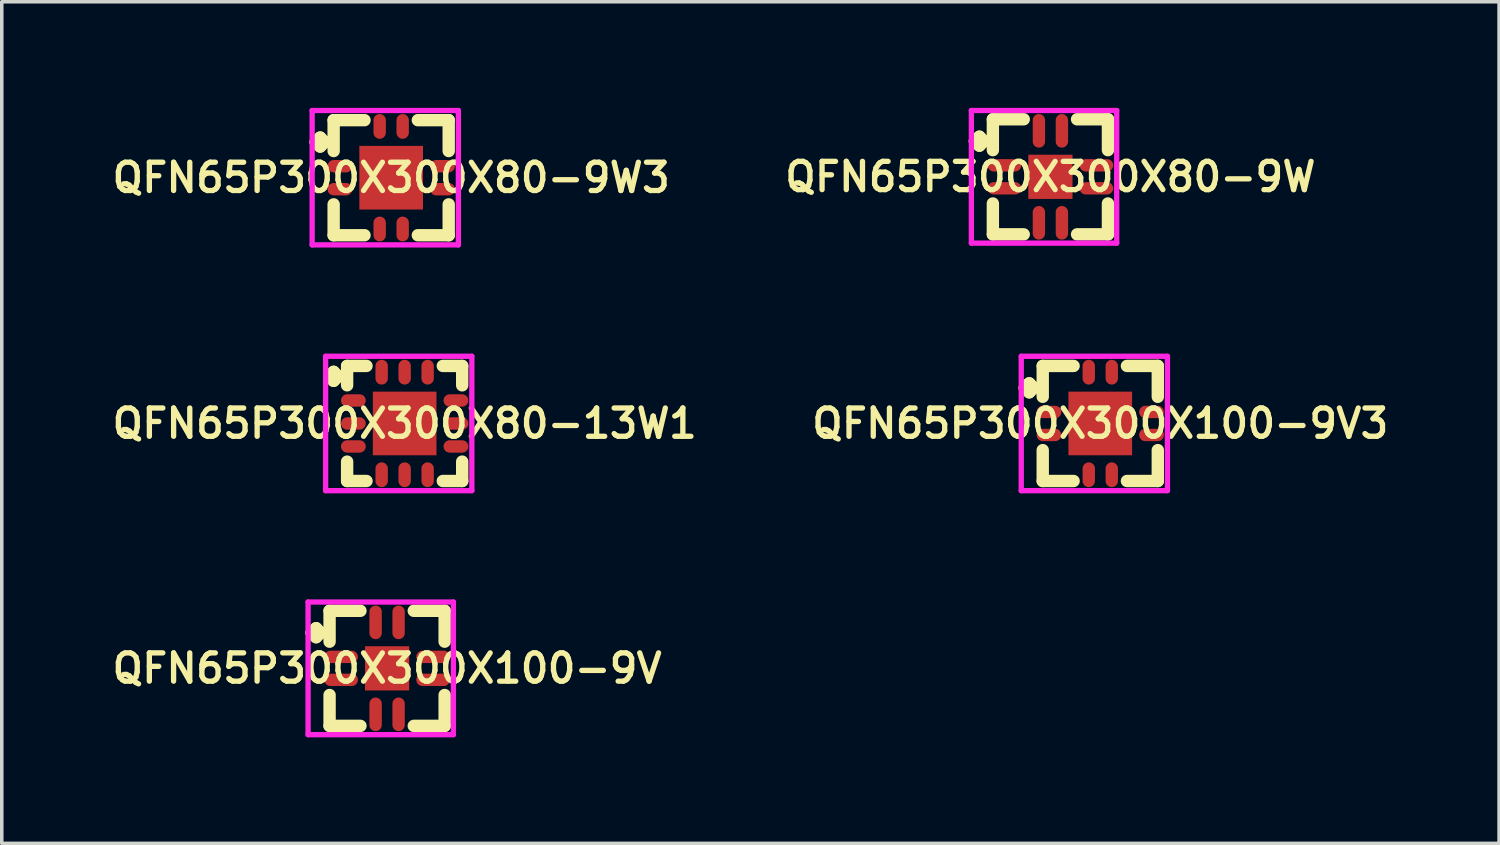
<source format=kicad_pcb>
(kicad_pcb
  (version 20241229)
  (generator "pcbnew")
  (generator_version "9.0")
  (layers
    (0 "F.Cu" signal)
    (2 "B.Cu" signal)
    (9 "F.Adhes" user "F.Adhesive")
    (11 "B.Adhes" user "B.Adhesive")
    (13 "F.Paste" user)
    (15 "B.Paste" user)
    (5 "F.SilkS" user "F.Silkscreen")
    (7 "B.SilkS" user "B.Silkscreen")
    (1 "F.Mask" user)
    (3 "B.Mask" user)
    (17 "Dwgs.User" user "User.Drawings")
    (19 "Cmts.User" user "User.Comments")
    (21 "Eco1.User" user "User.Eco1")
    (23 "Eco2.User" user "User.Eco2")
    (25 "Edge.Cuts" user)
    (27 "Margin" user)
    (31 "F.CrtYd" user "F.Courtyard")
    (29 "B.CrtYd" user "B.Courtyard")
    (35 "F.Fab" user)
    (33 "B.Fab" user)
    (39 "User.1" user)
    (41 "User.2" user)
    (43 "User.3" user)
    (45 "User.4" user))
  (footprint "QFN65P300X300X80-13W1"
    (layer "F.Cu")
    (at 8.393 8.925)
    (property "Reference" "QFN65P300X300X80-13W1" (at 0 0 0) (layer "F.SilkS") (effects (font (size 0.8 0.8) (thickness 0.15))))
    (attr smd)
    (fp_line (start -2.135 -1.333) (end -2.008 -1.46) (stroke (width 0.35) (type solid)) (layer "F.SilkS"))
    (fp_line (start -2.008 -1.46) (end -1.881 -1.333) (stroke (width 0.35) (type solid)) (layer "F.SilkS"))
    (fp_line (start -2.008 -1.206) (end -2.135 -1.333) (stroke (width 0.35) (type solid)) (layer "F.SilkS"))
    (fp_line (start -1.881 -1.333) (end -2.008 -1.206) (stroke (width 0.35) (type solid)) (layer "F.SilkS"))
    (fp_line (start -1.627 -1.627) (end -1.079 -1.627) (stroke (width 0.35) (type solid)) (layer "F.SilkS"))
    (fp_line (start -1.627 -1.079) (end -1.627 -1.627) (stroke (width 0.35) (type solid)) (layer "F.SilkS"))
    (fp_line (start -1.627 1.079) (end -1.627 1.627) (stroke (width 0.35) (type solid)) (layer "F.SilkS"))
    (fp_line (start -1.627 1.627) (end -1.079 1.627) (stroke (width 0.35) (type solid)) (layer "F.SilkS"))
    (fp_line (start 1.079 -1.627) (end 1.627 -1.627) (stroke (width 0.35) (type solid)) (layer "F.SilkS"))
    (fp_line (start 1.079 1.627) (end 1.627 1.627) (stroke (width 0.35) (type solid)) (layer "F.SilkS"))
    (fp_line (start 1.627 -1.627) (end 1.627 -1.079) (stroke (width 0.35) (type solid)) (layer "F.SilkS"))
    (fp_line (start 1.627 1.627) (end 1.627 1.079) (stroke (width 0.35) (type solid)) (layer "F.SilkS"))
    (fp_line (start -2.235 -1.9) (end 1.9 -1.9) (stroke (width 0.15) (type solid)) (layer "F.CrtYd"))
    (fp_line (start -2.235 1.9) (end -2.235 -1.9) (stroke (width 0.15) (type solid)) (layer "F.CrtYd"))
    (fp_line (start 1.9 -1.9) (end 1.9 1.9) (stroke (width 0.15) (type solid)) (layer "F.CrtYd"))
    (fp_line (start 1.9 1.9) (end -2.235 1.9) (stroke (width 0.15) (type solid)) (layer "F.CrtYd"))
    (pad "1" smd oval (at -1.45 -0.65) (size 0.7 0.35) (layers "F.Cu" "F.Mask" "F.Paste"))
    (pad "2" smd oval (at -1.45 0) (size 0.7 0.35) (layers "F.Cu" "F.Mask" "F.Paste"))
    (pad "3" smd oval (at -1.45 0.65) (size 0.7 0.35) (layers "F.Cu" "F.Mask" "F.Paste"))
    (pad "4" smd oval (at -0.65 1.45) (size 0.35 0.7) (layers "F.Cu" "F.Mask" "F.Paste"))
    (pad "5" smd oval (at 0 1.45) (size 0.35 0.7) (layers "F.Cu" "F.Mask" "F.Paste"))
    (pad "6" smd oval (at 0.65 1.45) (size 0.35 0.7) (layers "F.Cu" "F.Mask" "F.Paste"))
    (pad "7" smd oval (at 1.45 0.65) (size 0.7 0.35) (layers "F.Cu" "F.Mask" "F.Paste"))
    (pad "8" smd oval (at 1.45 0) (size 0.7 0.35) (layers "F.Cu" "F.Mask" "F.Paste"))
    (pad "9" smd oval (at 1.45 -0.65) (size 0.7 0.35) (layers "F.Cu" "F.Mask" "F.Paste"))
    (pad "10" smd oval (at 0.65 -1.45) (size 0.35 0.7) (layers "F.Cu" "F.Mask" "F.Paste"))
    (pad "11" smd oval (at 0 -1.45) (size 0.35 0.7) (layers "F.Cu" "F.Mask" "F.Paste"))
    (pad "12" smd oval (at -0.65 -1.45) (size 0.35 0.7) (layers "F.Cu" "F.Mask" "F.Paste"))
    (pad "13" smd rect (at 0 0) (size 1.8 1.8) (layers "F.Cu" "F.Mask" "F.Paste")))
  (footprint "QFN65P300X300X80-9W"
    (layer "F.Cu")
    (at 26.654 1.95)
    (property "Reference" "QFN65P300X300X80-9W" (at 0 0 0) (layer "F.SilkS") (effects (font (size 0.8 0.8) (thickness 0.15))))
    (attr through_hole)
    (fp_line (start -2.135 -1.008) (end -2.008 -1.135) (stroke (width 0.35) (type solid)) (layer "F.SilkS"))
    (fp_line (start -2.008 -1.135) (end -1.881 -1.008) (stroke (width 0.35) (type solid)) (layer "F.SilkS"))
    (fp_line (start -2.008 -0.881) (end -2.135 -1.008) (stroke (width 0.35) (type solid)) (layer "F.SilkS"))
    (fp_line (start -1.881 -1.008) (end -2.008 -0.881) (stroke (width 0.35) (type solid)) (layer "F.SilkS"))
    (fp_line (start -1.627 -1.627) (end -0.754 -1.627) (stroke (width 0.35) (type solid)) (layer "F.SilkS"))
    (fp_line (start -1.627 -0.754) (end -1.627 -1.627) (stroke (width 0.35) (type solid)) (layer "F.SilkS"))
    (fp_line (start -1.627 0.754) (end -1.627 1.627) (stroke (width 0.35) (type solid)) (layer "F.SilkS"))
    (fp_line (start -1.627 1.627) (end -0.754 1.627) (stroke (width 0.35) (type solid)) (layer "F.SilkS"))
    (fp_line (start 0.754 -1.627) (end 1.627 -1.627) (stroke (width 0.35) (type solid)) (layer "F.SilkS"))
    (fp_line (start 0.754 1.627) (end 1.627 1.627) (stroke (width 0.35) (type solid)) (layer "F.SilkS"))
    (fp_line (start 1.627 -1.627) (end 1.627 -0.754) (stroke (width 0.35) (type solid)) (layer "F.SilkS"))
    (fp_line (start 1.627 1.627) (end 1.627 0.754) (stroke (width 0.35) (type solid)) (layer "F.SilkS"))
    (fp_line (start -2.235 -1.875) (end 1.875 -1.875) (stroke (width 0.15) (type solid)) (layer "F.CrtYd"))
    (fp_line (start -2.235 1.875) (end -2.235 -1.875) (stroke (width 0.15) (type solid)) (layer "F.CrtYd"))
    (fp_line (start 1.875 -1.875) (end 1.875 1.875) (stroke (width 0.15) (type solid)) (layer "F.CrtYd"))
    (fp_line (start 1.875 1.875) (end -2.235 1.875) (stroke (width 0.15) (type solid)) (layer "F.CrtYd"))
    (pad "1" smd oval (at -1.3 -0.325) (size 0.95 0.35) (layers "F.Cu" "F.Mask" "F.Paste"))
    (pad "2" smd oval (at -1.3 0.325) (size 0.95 0.35) (layers "F.Cu" "F.Mask" "F.Paste"))
    (pad "3" smd oval (at -0.325 1.3) (size 0.35 0.95) (layers "F.Cu" "F.Mask" "F.Paste"))
    (pad "4" smd oval (at 0.325 1.3) (size 0.35 0.95) (layers "F.Cu" "F.Mask" "F.Paste"))
    (pad "5" smd oval (at 1.3 0.325) (size 0.95 0.35) (layers "F.Cu" "F.Mask" "F.Paste"))
    (pad "6" smd oval (at 1.3 -0.325) (size 0.95 0.35) (layers "F.Cu" "F.Mask" "F.Paste"))
    (pad "7" smd oval (at 0.325 -1.3) (size 0.35 0.95) (layers "F.Cu" "F.Mask" "F.Paste"))
    (pad "8" smd oval (at -0.325 -1.3) (size 0.35 0.95) (layers "F.Cu" "F.Mask" "F.Paste"))
    (pad "9" smd rect (at 0 0) (size 1.25 1.25) (layers "F.Cu" "F.Mask" "F.Paste")))
  (footprint "QFN65P300X300X100-9V"
    (layer "F.Cu")
    (at 7.897 15.85)
    (property "Reference" "QFN65P300X300X100-9V" (at 0 0 0) (layer "F.SilkS") (effects (font (size 0.8 0.8) (thickness 0.15))))
    (attr smd)
    (fp_line (start -2.135 -1.008) (end -2.008 -1.135) (stroke (width 0.35) (type solid)) (layer "F.SilkS"))
    (fp_line (start -2.008 -1.135) (end -1.881 -1.008) (stroke (width 0.35) (type solid)) (layer "F.SilkS"))
    (fp_line (start -2.008 -0.881) (end -2.135 -1.008) (stroke (width 0.35) (type solid)) (layer "F.SilkS"))
    (fp_line (start -1.881 -1.008) (end -2.008 -0.881) (stroke (width 0.35) (type solid)) (layer "F.SilkS"))
    (fp_line (start -1.627 -1.627) (end -0.754 -1.627) (stroke (width 0.35) (type solid)) (layer "F.SilkS"))
    (fp_line (start -1.627 -0.754) (end -1.627 -1.627) (stroke (width 0.35) (type solid)) (layer "F.SilkS"))
    (fp_line (start -1.627 0.754) (end -1.627 1.627) (stroke (width 0.35) (type solid)) (layer "F.SilkS"))
    (fp_line (start -1.627 1.627) (end -0.754 1.627) (stroke (width 0.35) (type solid)) (layer "F.SilkS"))
    (fp_line (start 0.754 -1.627) (end 1.627 -1.627) (stroke (width 0.35) (type solid)) (layer "F.SilkS"))
    (fp_line (start 0.754 1.627) (end 1.627 1.627) (stroke (width 0.35) (type solid)) (layer "F.SilkS"))
    (fp_line (start 1.627 -1.627) (end 1.627 -0.754) (stroke (width 0.35) (type solid)) (layer "F.SilkS"))
    (fp_line (start 1.627 1.627) (end 1.627 0.754) (stroke (width 0.35) (type solid)) (layer "F.SilkS"))
    (fp_line (start -2.235 -1.875) (end 1.875 -1.875) (stroke (width 0.15) (type solid)) (layer "F.CrtYd"))
    (fp_line (start -2.235 1.875) (end -2.235 -1.875) (stroke (width 0.15) (type solid)) (layer "F.CrtYd"))
    (fp_line (start 1.875 -1.875) (end 1.875 1.875) (stroke (width 0.15) (type solid)) (layer "F.CrtYd"))
    (fp_line (start 1.875 1.875) (end -2.235 1.875) (stroke (width 0.15) (type solid)) (layer "F.CrtYd"))
    (pad "1" smd oval (at -1.3 -0.325) (size 0.95 0.35) (layers "F.Cu" "F.Mask" "F.Paste"))
    (pad "2" smd oval (at -1.3 0.325) (size 0.95 0.35) (layers "F.Cu" "F.Mask" "F.Paste"))
    (pad "3" smd oval (at -0.325 1.3) (size 0.35 0.95) (layers "F.Cu" "F.Mask" "F.Paste"))
    (pad "4" smd oval (at 0.325 1.3) (size 0.35 0.95) (layers "F.Cu" "F.Mask" "F.Paste"))
    (pad "5" smd oval (at 1.3 0.325) (size 0.95 0.35) (layers "F.Cu" "F.Mask" "F.Paste"))
    (pad "6" smd oval (at 1.3 -0.325) (size 0.95 0.35) (layers "F.Cu" "F.Mask" "F.Paste"))
    (pad "7" smd oval (at 0.325 -1.3) (size 0.35 0.95) (layers "F.Cu" "F.Mask" "F.Paste"))
    (pad "8" smd oval (at -0.325 -1.3) (size 0.35 0.95) (layers "F.Cu" "F.Mask" "F.Paste"))
    (pad "9" smd rect (at 0 0) (size 1.25 1.25) (layers "F.Cu" "F.Mask" "F.Paste")))
  (footprint "QFN65P300X300X80-9W3"
    (layer "F.Cu")
    (at 8.012 1.975)
    (property "Reference" "QFN65P300X300X80-9W3" (at 0 0 0) (layer "F.SilkS") (effects (font (size 0.8 0.8) (thickness 0.15))))
    (attr smd)
    (fp_line (start -2.135 -1.008) (end -2.008 -1.135) (stroke (width 0.35) (type solid)) (layer "F.SilkS"))
    (fp_line (start -2.008 -1.135) (end -1.881 -1.008) (stroke (width 0.35) (type solid)) (layer "F.SilkS"))
    (fp_line (start -2.008 -0.881) (end -2.135 -1.008) (stroke (width 0.35) (type solid)) (layer "F.SilkS"))
    (fp_line (start -1.881 -1.008) (end -2.008 -0.881) (stroke (width 0.35) (type solid)) (layer "F.SilkS"))
    (fp_line (start -1.627 -1.627) (end -0.754 -1.627) (stroke (width 0.35) (type solid)) (layer "F.SilkS"))
    (fp_line (start -1.627 -0.754) (end -1.627 -1.627) (stroke (width 0.35) (type solid)) (layer "F.SilkS"))
    (fp_line (start -1.627 0.754) (end -1.627 1.627) (stroke (width 0.35) (type solid)) (layer "F.SilkS"))
    (fp_line (start -1.627 1.627) (end -0.754 1.627) (stroke (width 0.35) (type solid)) (layer "F.SilkS"))
    (fp_line (start 0.754 -1.627) (end 1.627 -1.627) (stroke (width 0.35) (type solid)) (layer "F.SilkS"))
    (fp_line (start 0.754 1.627) (end 1.627 1.627) (stroke (width 0.35) (type solid)) (layer "F.SilkS"))
    (fp_line (start 1.627 -1.627) (end 1.627 -0.754) (stroke (width 0.35) (type solid)) (layer "F.SilkS"))
    (fp_line (start 1.627 1.627) (end 1.627 0.754) (stroke (width 0.35) (type solid)) (layer "F.SilkS"))
    (fp_line (start -2.235 -1.9) (end 1.9 -1.9) (stroke (width 0.15) (type solid)) (layer "F.CrtYd"))
    (fp_line (start -2.235 1.9) (end -2.235 -1.9) (stroke (width 0.15) (type solid)) (layer "F.CrtYd"))
    (fp_line (start 1.9 -1.9) (end 1.9 1.9) (stroke (width 0.15) (type solid)) (layer "F.CrtYd"))
    (fp_line (start 1.9 1.9) (end -2.235 1.9) (stroke (width 0.15) (type solid)) (layer "F.CrtYd"))
    (pad "1" smd oval (at -1.45 -0.325) (size 0.7 0.35) (layers "F.Cu" "F.Mask" "F.Paste"))
    (pad "2" smd oval (at -1.45 0.325) (size 0.7 0.35) (layers "F.Cu" "F.Mask" "F.Paste"))
    (pad "3" smd oval (at -0.325 1.45) (size 0.35 0.7) (layers "F.Cu" "F.Mask" "F.Paste"))
    (pad "4" smd oval (at 0.325 1.45) (size 0.35 0.7) (layers "F.Cu" "F.Mask" "F.Paste"))
    (pad "5" smd oval (at 1.45 0.325) (size 0.7 0.35) (layers "F.Cu" "F.Mask" "F.Paste"))
    (pad "6" smd oval (at 1.45 -0.325) (size 0.7 0.35) (layers "F.Cu" "F.Mask" "F.Paste"))
    (pad "7" smd oval (at 0.325 -1.45) (size 0.35 0.7) (layers "F.Cu" "F.Mask" "F.Paste"))
    (pad "8" smd oval (at -0.325 -1.45) (size 0.35 0.7) (layers "F.Cu" "F.Mask" "F.Paste"))
    (pad "9" smd rect (at 0 0) (size 1.8 1.8) (layers "F.Cu" "F.Mask" "F.Paste")))
  (footprint "QFN65P300X300X100-9V3"
    (layer "F.Cu")
    (at 28.064 8.925)
    (property "Reference" "QFN65P300X300X100-9V3" (at 0 0 0) (layer "F.SilkS") (effects (font (size 0.8 0.8) (thickness 0.15))))
    (attr through_hole)
    (fp_line (start -2.135 -1.008) (end -2.008 -1.135) (stroke (width 0.35) (type solid)) (layer "F.SilkS"))
    (fp_line (start -2.008 -1.135) (end -1.881 -1.008) (stroke (width 0.35) (type solid)) (layer "F.SilkS"))
    (fp_line (start -2.008 -0.881) (end -2.135 -1.008) (stroke (width 0.35) (type solid)) (layer "F.SilkS"))
    (fp_line (start -1.881 -1.008) (end -2.008 -0.881) (stroke (width 0.35) (type solid)) (layer "F.SilkS"))
    (fp_line (start -1.627 -1.627) (end -0.754 -1.627) (stroke (width 0.35) (type solid)) (layer "F.SilkS"))
    (fp_line (start -1.627 -0.754) (end -1.627 -1.627) (stroke (width 0.35) (type solid)) (layer "F.SilkS"))
    (fp_line (start -1.627 0.754) (end -1.627 1.627) (stroke (width 0.35) (type solid)) (layer "F.SilkS"))
    (fp_line (start -1.627 1.627) (end -0.754 1.627) (stroke (width 0.35) (type solid)) (layer "F.SilkS"))
    (fp_line (start 0.754 -1.627) (end 1.627 -1.627) (stroke (width 0.35) (type solid)) (layer "F.SilkS"))
    (fp_line (start 0.754 1.627) (end 1.627 1.627) (stroke (width 0.35) (type solid)) (layer "F.SilkS"))
    (fp_line (start 1.627 -1.627) (end 1.627 -0.754) (stroke (width 0.35) (type solid)) (layer "F.SilkS"))
    (fp_line (start 1.627 1.627) (end 1.627 0.754) (stroke (width 0.35) (type solid)) (layer "F.SilkS"))
    (fp_line (start -2.235 -1.9) (end 1.9 -1.9) (stroke (width 0.15) (type solid)) (layer "F.CrtYd"))
    (fp_line (start -2.235 1.9) (end -2.235 -1.9) (stroke (width 0.15) (type solid)) (layer "F.CrtYd"))
    (fp_line (start 1.9 -1.9) (end 1.9 1.9) (stroke (width 0.15) (type solid)) (layer "F.CrtYd"))
    (fp_line (start 1.9 1.9) (end -2.235 1.9) (stroke (width 0.15) (type solid)) (layer "F.CrtYd"))
    (pad "1" smd oval (at -1.45 -0.325) (size 0.7 0.35) (layers "F.Cu" "F.Mask" "F.Paste"))
    (pad "2" smd oval (at -1.45 0.325) (size 0.7 0.35) (layers "F.Cu" "F.Mask" "F.Paste"))
    (pad "3" smd oval (at -0.325 1.45) (size 0.35 0.7) (layers "F.Cu" "F.Mask" "F.Paste"))
    (pad "4" smd oval (at 0.325 1.45) (size 0.35 0.7) (layers "F.Cu" "F.Mask" "F.Paste"))
    (pad "5" smd oval (at 1.45 0.325) (size 0.7 0.35) (layers "F.Cu" "F.Mask" "F.Paste"))
    (pad "6" smd oval (at 1.45 -0.325) (size 0.7 0.35) (layers "F.Cu" "F.Mask" "F.Paste"))
    (pad "7" smd oval (at 0.325 -1.45) (size 0.35 0.7) (layers "F.Cu" "F.Mask" "F.Paste"))
    (pad "8" smd oval (at -0.325 -1.45) (size 0.35 0.7) (layers "F.Cu" "F.Mask" "F.Paste"))
    (pad "9" smd rect (at 0 0) (size 1.8 1.8) (layers "F.Cu" "F.Mask" "F.Paste")))
  (gr_rect
    (start -3 -3)
    (end 39.342 20.8)
    (stroke (width 0.1) (type default))
    (fill no)
    (layer "Edge.Cuts")))
</source>
